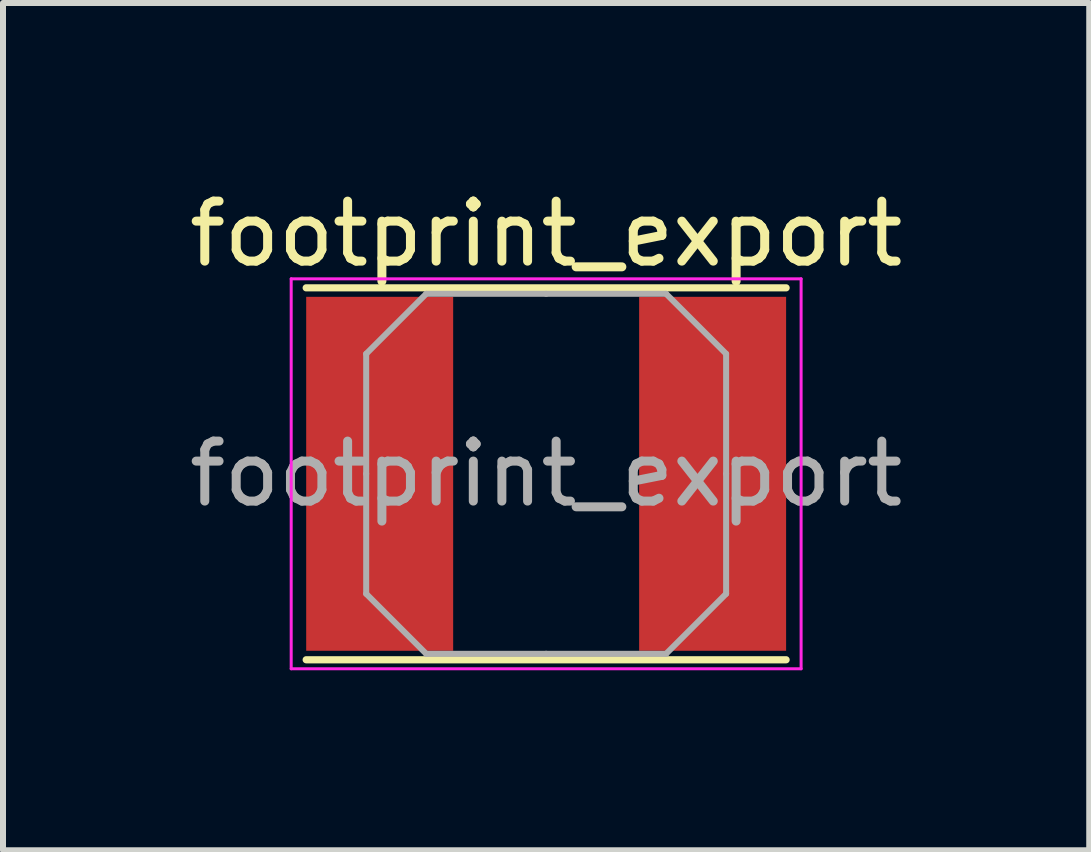
<source format=kicad_pcb>
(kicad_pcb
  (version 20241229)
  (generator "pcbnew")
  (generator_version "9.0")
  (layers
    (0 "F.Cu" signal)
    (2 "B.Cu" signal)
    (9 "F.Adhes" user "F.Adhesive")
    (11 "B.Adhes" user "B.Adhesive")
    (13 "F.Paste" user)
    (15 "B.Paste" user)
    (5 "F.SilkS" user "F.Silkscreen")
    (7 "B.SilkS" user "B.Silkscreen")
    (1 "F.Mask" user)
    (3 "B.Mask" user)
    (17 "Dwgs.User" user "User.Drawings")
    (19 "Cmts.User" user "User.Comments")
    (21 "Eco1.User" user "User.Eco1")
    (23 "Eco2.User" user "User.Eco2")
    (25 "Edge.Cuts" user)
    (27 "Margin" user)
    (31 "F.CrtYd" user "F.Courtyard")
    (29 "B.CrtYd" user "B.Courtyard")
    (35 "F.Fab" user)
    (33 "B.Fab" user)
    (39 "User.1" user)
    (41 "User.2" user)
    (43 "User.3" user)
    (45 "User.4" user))
  (footprint "footprint_export"
    (layer "F.Cu")
    (at 6.054 4.848)
    (property "Reference" "footprint_export" (at 0 -4 0) (layer "F.SilkS") (effects (font (size 1 1) (thickness 0.15))))
    (attr smd)
    (fp_line (start -4 -3.1) (end 4 -3.1) (stroke (width 0.12) (type solid)) (layer "F.SilkS"))
    (fp_line (start -4 3.1) (end 4 3.1) (stroke (width 0.12) (type solid)) (layer "F.SilkS"))
    (fp_line (start -4.25 -3.25) (end -4.25 3.25) (stroke (width 0.05) (type solid)) (layer "F.CrtYd"))
    (fp_line (start -4.25 3.25) (end 4.25 3.25) (stroke (width 0.05) (type solid)) (layer "F.CrtYd"))
    (fp_line (start 4.25 -3.25) (end -4.25 -3.25) (stroke (width 0.05) (type solid)) (layer "F.CrtYd"))
    (fp_line (start 4.25 3.25) (end 4.25 -3.25) (stroke (width 0.05) (type solid)) (layer "F.CrtYd"))
    (fp_line (start -3 -2) (end -2 -3) (stroke (width 0.1) (type solid)) (layer "F.Fab"))
    (fp_line (start -3 0) (end -3 -2) (stroke (width 0.1) (type solid)) (layer "F.Fab"))
    (fp_line (start -3 0) (end -3 2) (stroke (width 0.1) (type solid)) (layer "F.Fab"))
    (fp_line (start -3 2) (end -2 3) (stroke (width 0.1) (type solid)) (layer "F.Fab"))
    (fp_line (start -2 -3) (end 0 -3) (stroke (width 0.1) (type solid)) (layer "F.Fab"))
    (fp_line (start -2 3) (end 0 3) (stroke (width 0.1) (type solid)) (layer "F.Fab"))
    (fp_line (start 2 -3) (end 0 -3) (stroke (width 0.1) (type solid)) (layer "F.Fab"))
    (fp_line (start 2 3) (end 0 3) (stroke (width 0.1) (type solid)) (layer "F.Fab"))
    (fp_line (start 3 -2) (end 2 -3) (stroke (width 0.1) (type solid)) (layer "F.Fab"))
    (fp_line (start 3 0) (end 3 -2) (stroke (width 0.1) (type solid)) (layer "F.Fab"))
    (fp_line (start 3 0) (end 3 2) (stroke (width 0.1) (type solid)) (layer "F.Fab"))
    (fp_line (start 3 2) (end 2 3) (stroke (width 0.1) (type solid)) (layer "F.Fab"))
    (fp_text user "${REFERENCE}" (at 0 0 0) (layer "F.Fab") (effects (font (size 1 1) (thickness 0.15))))
    (pad "1" smd rect (at -2.775 0) (size 2.45 5.9) (layers "F.Cu" "F.Mask" "F.Paste"))
    (pad "2" smd rect (at 2.775 0) (size 2.45 5.9) (layers "F.Cu" "F.Mask" "F.Paste")))
  (gr_rect
    (start -3 -3)
    (end 15.107 11.123)
    (stroke (width 0.1) (type default))
    (fill no)
    (layer "Edge.Cuts")))
</source>
